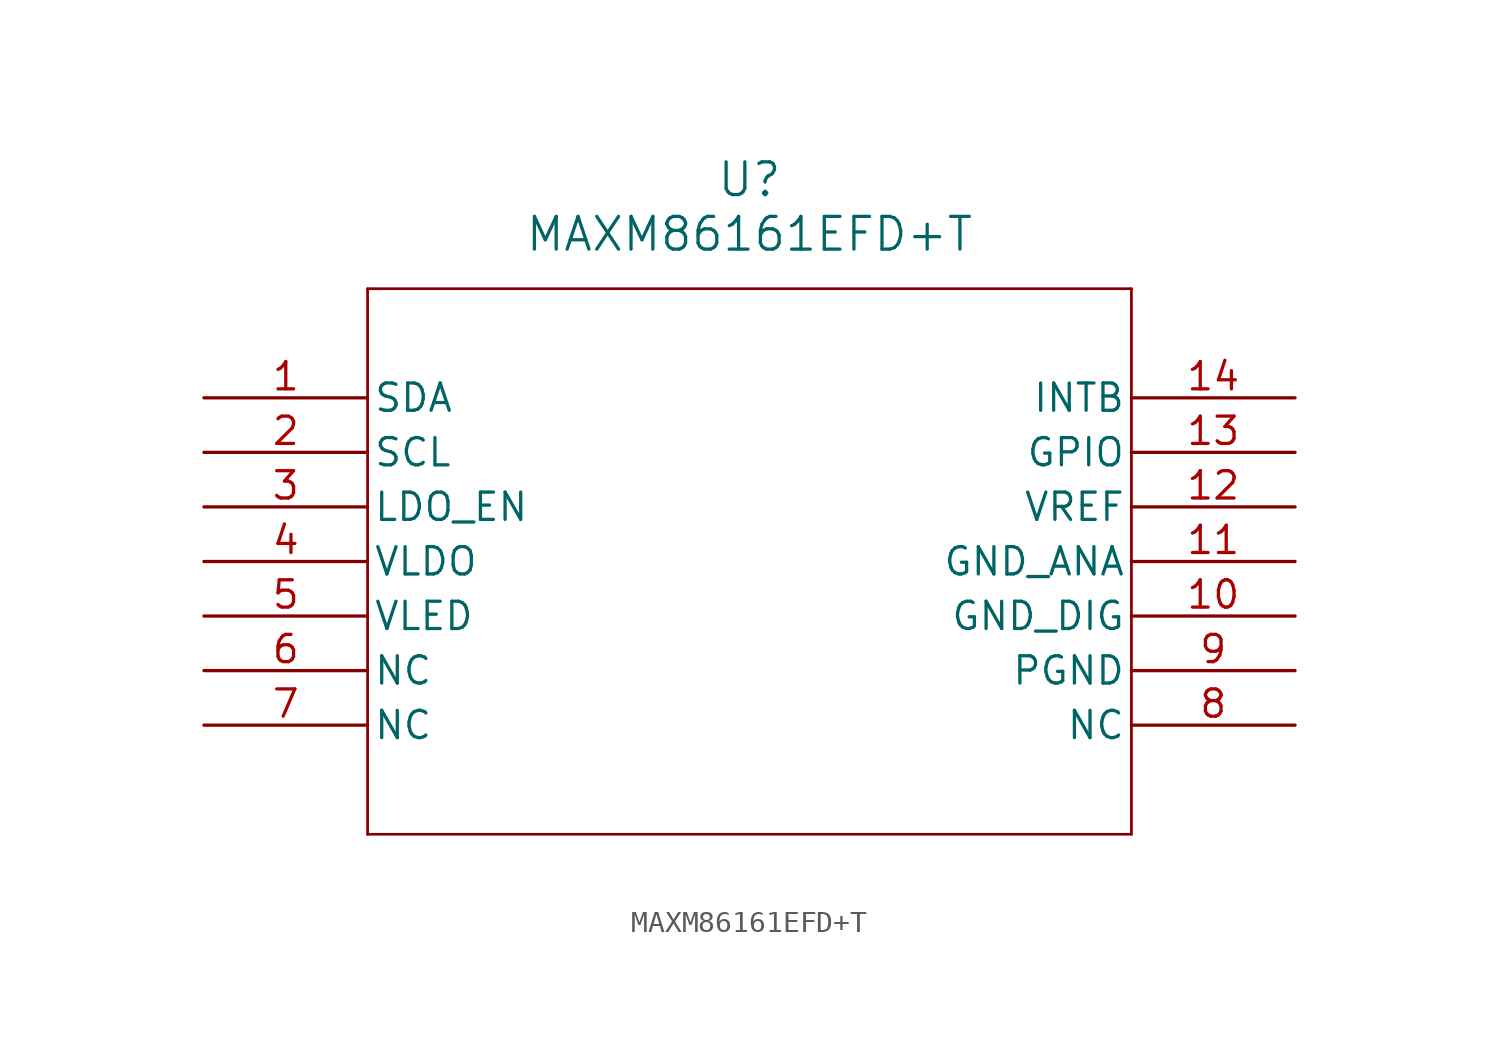
<source format=kicad_sym>
(kicad_symbol_lib
  (version 20241209)
  (generator "kicad_symbol_editor")
  (generator_version "9.0")
  (symbol "MAXM86161EFD+T"
    (pin_names
      (offset 0.254))
    (property "Reference" "U"
      (at 25.4 10.16 0)
      (effects (font (size 1.524 1.524))))
    (property "Value" "MAXM86161EFD+T"
      (at 25.4 7.62 0)
      (effects (font (size 1.524 1.524))))
    (property "ki_locked" ""
      (at 0 0 0)
      (effects (font (size 1.27 1.27))))
    (symbol "MAXM86161EFD+T_0_1"
      (polyline (pts (xy 7.62 5.08) (xy 7.62 -20.32)) (stroke (width 0.127) (type default)) (fill (type none)))
      (polyline (pts (xy 7.62 -20.32) (xy 43.18 -20.32)) (stroke (width 0.127) (type default)) (fill (type none)))
      (polyline (pts (xy 43.18 5.08) (xy 7.62 5.08)) (stroke (width 0.127) (type default)) (fill (type none)))
      (polyline (pts (xy 43.18 -20.32) (xy 43.18 5.08)) (stroke (width 0.127) (type default)) (fill (type none)))
      (pin bidirectional line (at 0 0 0) (length 7.62) (name "SDA" (effects (font (size 1.27 1.27)))) (number "1" (effects (font (size 1.27 1.27)))))
      (pin input line (at 0 -2.54 0) (length 7.62) (name "SCL" (effects (font (size 1.27 1.27)))) (number "2" (effects (font (size 1.27 1.27)))))
      (pin input line (at 0 -5.08 0) (length 7.62) (name "LDO_EN" (effects (font (size 1.27 1.27)))) (number "3" (effects (font (size 1.27 1.27)))))
      (pin unspecified line (at 0 -12.7 0) (length 7.62) (name "NC" (effects (font (size 1.27 1.27)))) (number "6" (effects (font (size 1.27 1.27)))))
      (pin unspecified line (at 0 -15.24 0) (length 7.62) (name "NC" (effects (font (size 1.27 1.27)))) (number "7" (effects (font (size 1.27 1.27)))))
      (pin bidirectional line (at 50.8 -2.54 180) (length 7.62) (name "GPIO" (effects (font (size 1.27 1.27)))) (number "13" (effects (font (size 1.27 1.27)))))
      (pin unspecified line (at 50.8 -15.24 180) (length 7.62) (name "NC" (effects (font (size 1.27 1.27)))) (number "8" (effects (font (size 1.27 1.27))))))
    (symbol "MAXM86161EFD+T_1_1"
      (pin power_out line (at 0 -7.62 0) (length 7.62) (name "VLDO" (effects (font (size 1.27 1.27)))) (number "4" (effects (font (size 1.27 1.27)))))
      (pin power_in line (at 0 -10.16 0) (length 7.62) (name "VLED" (effects (font (size 1.27 1.27)))) (number "5" (effects (font (size 1.27 1.27)))))
      (pin open_collector line (at 50.8 0 180) (length 7.62) (name "INTB" (effects (font (size 1.27 1.27)))) (number "14" (effects (font (size 1.27 1.27)))))
      (pin power_out line (at 50.8 -5.08 180) (length 7.62) (name "VREF" (effects (font (size 1.27 1.27)))) (number "12" (effects (font (size 1.27 1.27)))))
      (pin power_in line (at 50.8 -7.62 180) (length 7.62) (name "GND_ANA" (effects (font (size 1.27 1.27)))) (number "11" (effects (font (size 1.27 1.27)))))
      (pin power_in line (at 50.8 -10.16 180) (length 7.62) (name "GND_DIG" (effects (font (size 1.27 1.27)))) (number "10" (effects (font (size 1.27 1.27)))))
      (pin power_in line (at 50.8 -12.7 180) (length 7.62) (name "PGND" (effects (font (size 1.27 1.27)))) (number "9" (effects (font (size 1.27 1.27))))))))
</source>
